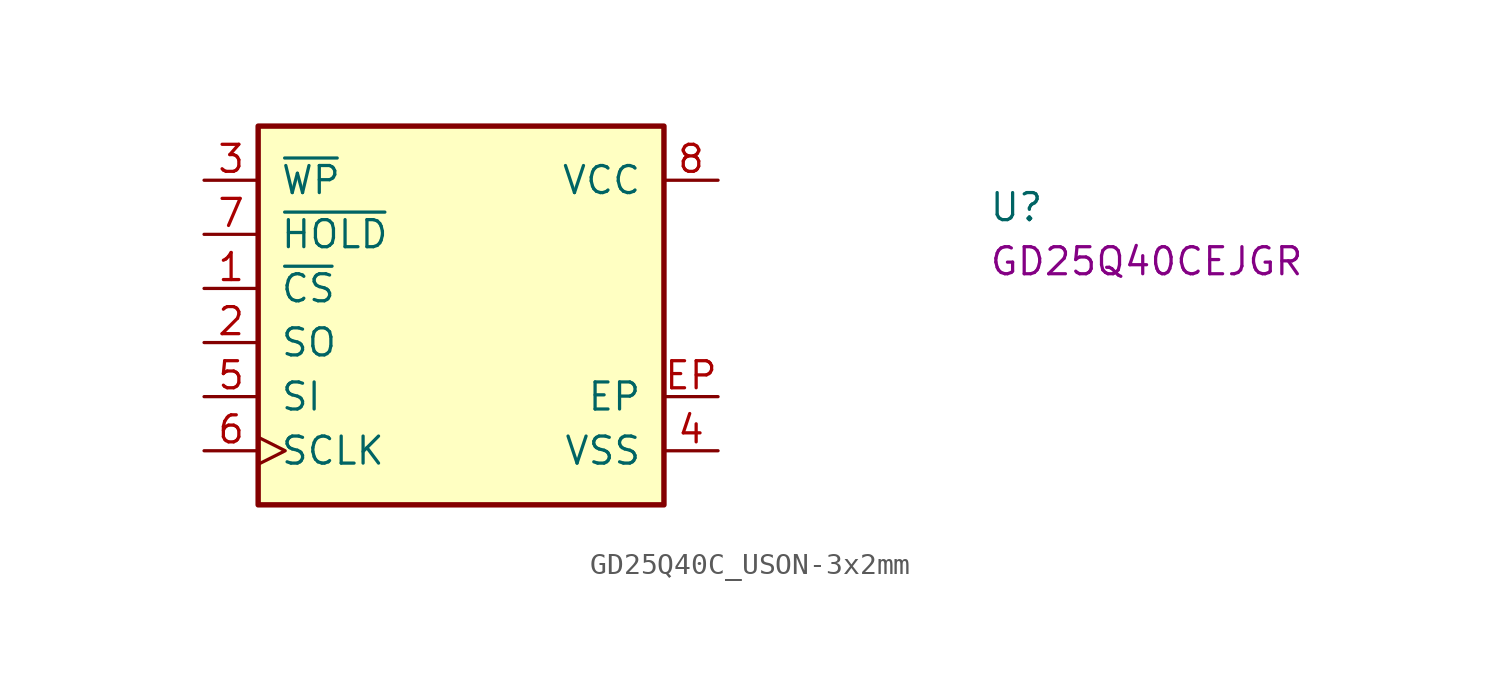
<source format=kicad_sym>
(kicad_symbol_lib
  (version 20220914)
  (generator kicad_symbol_editor)
  (symbol "GD25Q40C_USON-3x2mm"
    (pin_names
      (offset 1.016))
    (property "Reference" "U"
      (at 36.83 -1.27 0)
      (effects (font (size 1.27 1.27)) (justify left)))
    (property "MPN" "GD25Q40CEJGR"
      (at 36.83 -3.81 0)
      (effects (font (size 1.27 1.27)) (justify left)))
    (symbol "GD25Q40C_USON-3x2mm_1_1"
      (rectangle (start 2.54 2.54) (end 21.59 -15.24) (stroke (width 0.254) (type default)) (fill (type background)))
      (pin input line (at 0 -5.08 0) (length 2.54) (name "~{CS}" (effects (font (size 1.27 1.27)))) (number "1" (effects (font (size 1.27 1.27)))))
      (pin output line (at 0 -7.62 0) (length 2.54) (name "SO" (effects (font (size 1.27 1.27)))) (number "2" (effects (font (size 1.27 1.27)))) (alternate "IO1" bidirectional line))
      (pin input line (at 0 0 0) (length 2.54) (name "~{WP}" (effects (font (size 1.27 1.27)))) (number "3" (effects (font (size 1.27 1.27)))) (alternate "IO2" bidirectional line))
      (pin power_in line (at 24.13 -12.7 180) (length 2.54) (name "VSS" (effects (font (size 1.27 1.27)))) (number "4" (effects (font (size 1.27 1.27)))))
      (pin input line (at 0 -10.16 0) (length 2.54) (name "SI" (effects (font (size 1.27 1.27)))) (number "5" (effects (font (size 1.27 1.27)))) (alternate "IO0" bidirectional line))
      (pin input clock (at 0 -12.7 0) (length 2.54) (name "SCLK" (effects (font (size 1.27 1.27)))) (number "6" (effects (font (size 1.27 1.27)))))
      (pin input line (at 0 -2.54 0) (length 2.54) (name "~{HOLD}" (effects (font (size 1.27 1.27)))) (number "7" (effects (font (size 1.27 1.27)))) (alternate "IO3" bidirectional line))
      (pin power_in line (at 24.13 0 180) (length 2.54) (name "VCC" (effects (font (size 1.27 1.27)))) (number "8" (effects (font (size 1.27 1.27)))))
      (pin passive line (at 24.13 -10.16 180) (length 2.54) (name "EP" (effects (font (size 1.27 1.27)))) (number "EP" (effects (font (size 1.27 1.27))))))))
</source>
